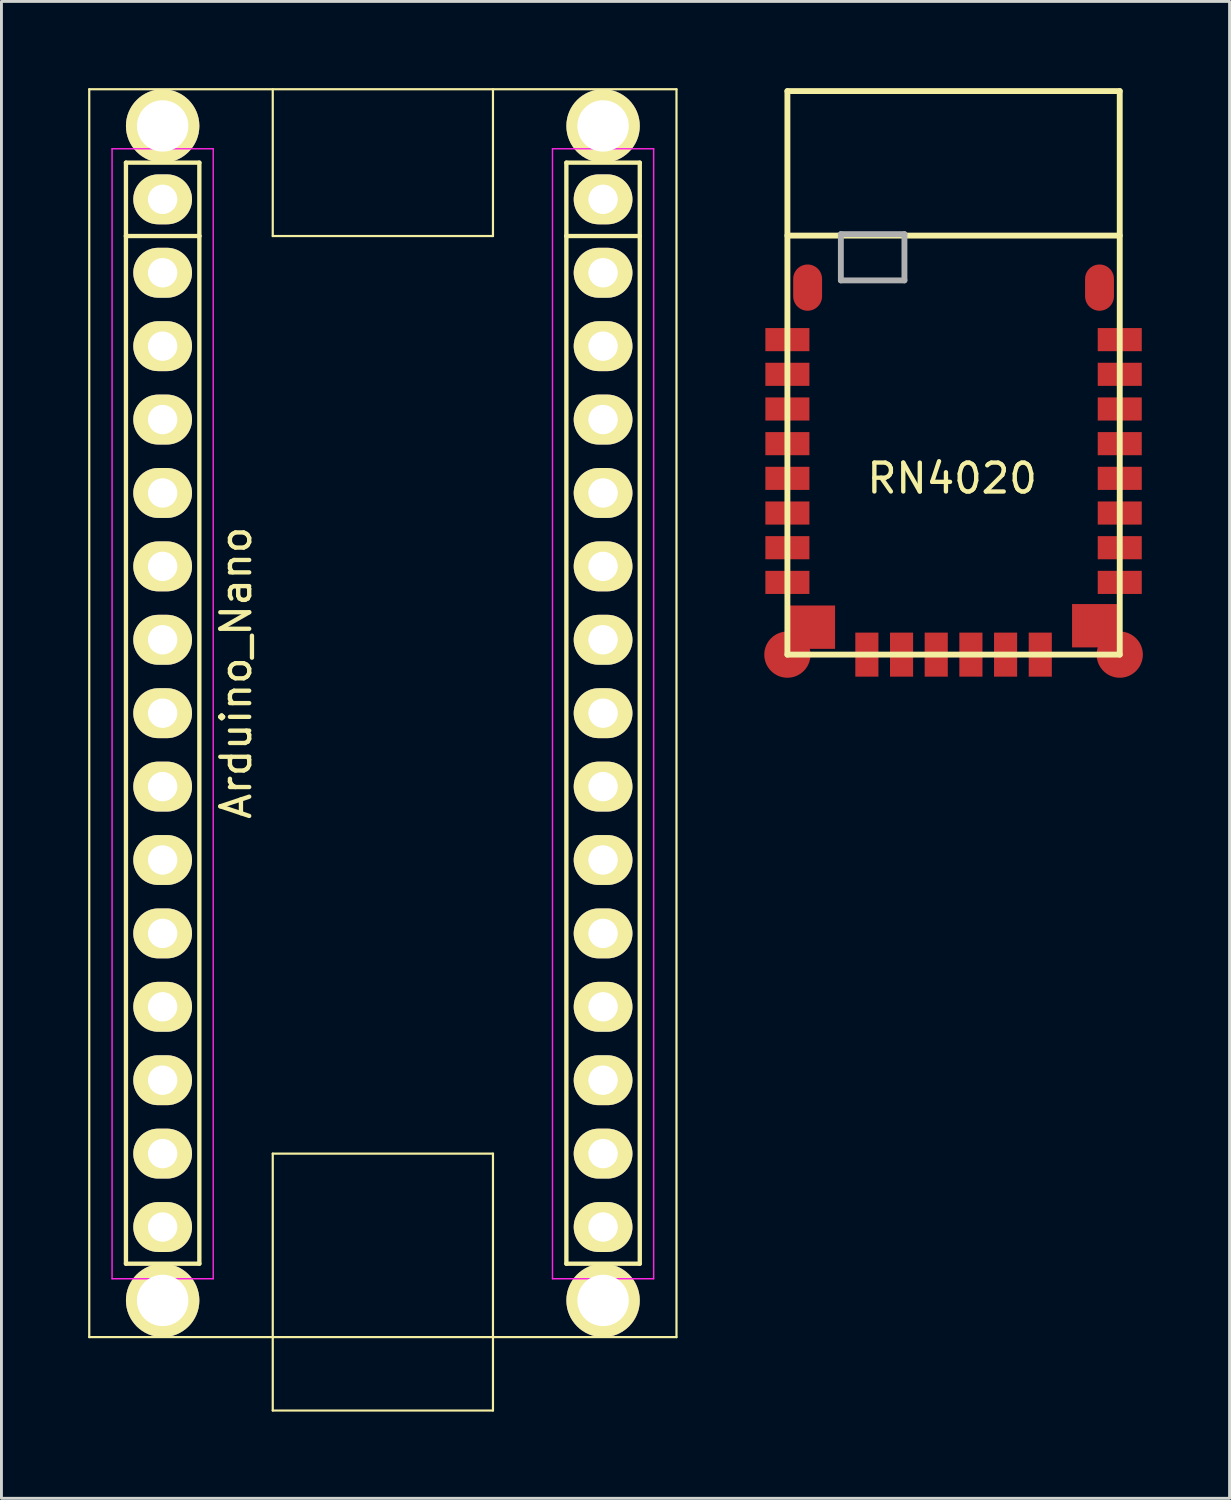
<source format=kicad_pcb>
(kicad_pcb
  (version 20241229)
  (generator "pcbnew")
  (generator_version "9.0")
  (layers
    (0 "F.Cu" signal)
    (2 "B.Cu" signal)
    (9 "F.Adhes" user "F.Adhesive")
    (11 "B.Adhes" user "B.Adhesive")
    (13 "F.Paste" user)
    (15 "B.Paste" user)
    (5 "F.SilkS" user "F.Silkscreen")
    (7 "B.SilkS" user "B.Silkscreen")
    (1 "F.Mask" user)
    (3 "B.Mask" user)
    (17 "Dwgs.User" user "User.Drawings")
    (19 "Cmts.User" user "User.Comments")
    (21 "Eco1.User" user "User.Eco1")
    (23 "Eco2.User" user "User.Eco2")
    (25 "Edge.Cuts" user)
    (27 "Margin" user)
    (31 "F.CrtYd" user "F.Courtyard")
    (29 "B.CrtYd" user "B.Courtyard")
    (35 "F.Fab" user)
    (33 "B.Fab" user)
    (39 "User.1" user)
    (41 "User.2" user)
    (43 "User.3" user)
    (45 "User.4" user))
  (footprint "Arduino_Nano"
    (layer "F.Cu")
    (at 10.198 20.358)
    (property "Reference" "Arduino_Nano" (at -5.08 -0.127 90) (layer "F.SilkS") (effects (font (size 1 1) (thickness 0.15))))
    (attr through_hole)
    (fp_line (start -10.16 -20.32) (end 10.16 -20.32) (stroke (width 0.076) (type solid)) (layer "F.SilkS"))
    (fp_line (start -10.16 22.86) (end -10.16 -20.32) (stroke (width 0.076) (type solid)) (layer "F.SilkS"))
    (fp_line (start -8.89 -17.78) (end -8.89 -15.24) (stroke (width 0.15) (type solid)) (layer "F.SilkS"))
    (fp_line (start -8.89 -15.24) (end -6.35 -15.24) (stroke (width 0.15) (type solid)) (layer "F.SilkS"))
    (fp_line (start -8.89 20.32) (end -8.89 -15.24) (stroke (width 0.15) (type solid)) (layer "F.SilkS"))
    (fp_line (start -6.35 -17.78) (end -8.89 -17.78) (stroke (width 0.15) (type solid)) (layer "F.SilkS"))
    (fp_line (start -6.35 -15.24) (end -6.35 -17.78) (stroke (width 0.15) (type solid)) (layer "F.SilkS"))
    (fp_line (start -6.35 -15.24) (end -6.35 20.32) (stroke (width 0.15) (type solid)) (layer "F.SilkS"))
    (fp_line (start -6.35 20.32) (end -8.89 20.32) (stroke (width 0.15) (type solid)) (layer "F.SilkS"))
    (fp_line (start -3.81 -20.32) (end -3.81 -15.24) (stroke (width 0.076) (type solid)) (layer "F.SilkS"))
    (fp_line (start -3.81 -15.24) (end 3.81 -15.24) (stroke (width 0.076) (type solid)) (layer "F.SilkS"))
    (fp_line (start -3.81 16.51) (end -3.81 25.4) (stroke (width 0.076) (type solid)) (layer "F.SilkS"))
    (fp_line (start -3.81 25.4) (end 3.81 25.4) (stroke (width 0.076) (type solid)) (layer "F.SilkS"))
    (fp_line (start 3.81 -15.24) (end 3.81 -20.32) (stroke (width 0.076) (type solid)) (layer "F.SilkS"))
    (fp_line (start 3.81 16.51) (end -3.81 16.51) (stroke (width 0.076) (type solid)) (layer "F.SilkS"))
    (fp_line (start 3.81 25.4) (end 3.81 16.51) (stroke (width 0.076) (type solid)) (layer "F.SilkS"))
    (fp_line (start 6.35 -17.78) (end 6.35 -15.24) (stroke (width 0.15) (type solid)) (layer "F.SilkS"))
    (fp_line (start 6.35 -15.24) (end 8.89 -15.24) (stroke (width 0.15) (type solid)) (layer "F.SilkS"))
    (fp_line (start 6.35 20.32) (end 6.35 -15.24) (stroke (width 0.15) (type solid)) (layer "F.SilkS"))
    (fp_line (start 8.89 -17.78) (end 6.35 -17.78) (stroke (width 0.15) (type solid)) (layer "F.SilkS"))
    (fp_line (start 8.89 -15.24) (end 8.89 -17.78) (stroke (width 0.15) (type solid)) (layer "F.SilkS"))
    (fp_line (start 8.89 -15.24) (end 8.89 20.32) (stroke (width 0.15) (type solid)) (layer "F.SilkS"))
    (fp_line (start 8.89 20.32) (end 6.35 20.32) (stroke (width 0.15) (type solid)) (layer "F.SilkS"))
    (fp_line (start 10.16 -20.32) (end 10.16 22.86) (stroke (width 0.076) (type solid)) (layer "F.SilkS"))
    (fp_line (start 10.16 22.86) (end -10.16 22.86) (stroke (width 0.076) (type solid)) (layer "F.SilkS"))
    (fp_line (start -9.37 -18.26) (end -9.37 20.84) (stroke (width 0.05) (type solid)) (layer "F.CrtYd"))
    (fp_line (start -5.87 -18.26) (end -9.37 -18.26) (stroke (width 0.05) (type solid)) (layer "F.CrtYd"))
    (fp_line (start -5.87 -18.26) (end -5.87 20.84) (stroke (width 0.05) (type solid)) (layer "F.CrtYd"))
    (fp_line (start -5.87 20.84) (end -9.37 20.84) (stroke (width 0.05) (type solid)) (layer "F.CrtYd"))
    (fp_line (start 5.87 -18.26) (end 5.87 20.84) (stroke (width 0.05) (type solid)) (layer "F.CrtYd"))
    (fp_line (start 9.37 -18.26) (end 5.87 -18.26) (stroke (width 0.05) (type solid)) (layer "F.CrtYd"))
    (fp_line (start 9.37 -18.26) (end 9.37 20.84) (stroke (width 0.05) (type solid)) (layer "F.CrtYd"))
    (fp_line (start 9.37 20.84) (end 5.87 20.84) (stroke (width 0.05) (type solid)) (layer "F.CrtYd"))
    (pad "" np_thru_hole circle (at -7.62 -19.05 270) (size 2.54 2.54) (drill 1.778) (layers "*.Cu" "*.Mask" "F.SilkS"))
    (pad "" np_thru_hole circle (at -7.62 21.59 270) (size 2.54 2.54) (drill 1.778) (layers "*.Cu" "*.Mask" "F.SilkS"))
    (pad "" np_thru_hole circle (at 7.62 -19.05 270) (size 2.54 2.54) (drill 1.778) (layers "*.Cu" "*.Mask" "F.SilkS"))
    (pad "" np_thru_hole circle (at 7.62 21.59 270) (size 2.54 2.54) (drill 1.778) (layers "*.Cu" "*.Mask" "F.SilkS"))
    (pad "1" thru_hole oval (at -7.62 -16.51 270) (size 1.727 2.032) (drill 1.016) (layers "*.Cu" "*.Mask" "F.SilkS"))
    (pad "2" thru_hole oval (at -7.62 -13.97 270) (size 1.727 2.032) (drill 1.016) (layers "*.Cu" "*.Mask" "F.SilkS"))
    (pad "3" thru_hole oval (at -7.62 -11.43 270) (size 1.727 2.032) (drill 1.016) (layers "*.Cu" "*.Mask" "F.SilkS"))
    (pad "4" thru_hole oval (at -7.62 -8.89 270) (size 1.727 2.032) (drill 1.016) (layers "*.Cu" "*.Mask" "F.SilkS"))
    (pad "5" thru_hole oval (at -7.62 -6.35 270) (size 1.727 2.032) (drill 1.016) (layers "*.Cu" "*.Mask" "F.SilkS"))
    (pad "6" thru_hole oval (at -7.62 -3.81 270) (size 1.727 2.032) (drill 1.016) (layers "*.Cu" "*.Mask" "F.SilkS"))
    (pad "7" thru_hole oval (at -7.62 -1.27 270) (size 1.727 2.032) (drill 1.016) (layers "*.Cu" "*.Mask" "F.SilkS"))
    (pad "8" thru_hole oval (at -7.62 1.27 270) (size 1.727 2.032) (drill 1.016) (layers "*.Cu" "*.Mask" "F.SilkS"))
    (pad "9" thru_hole oval (at -7.62 3.81 270) (size 1.727 2.032) (drill 1.016) (layers "*.Cu" "*.Mask" "F.SilkS"))
    (pad "10" thru_hole oval (at -7.62 6.35 270) (size 1.727 2.032) (drill 1.016) (layers "*.Cu" "*.Mask" "F.SilkS"))
    (pad "11" thru_hole oval (at -7.62 8.89 270) (size 1.727 2.032) (drill 1.016) (layers "*.Cu" "*.Mask" "F.SilkS"))
    (pad "12" thru_hole oval (at -7.62 11.43 270) (size 1.727 2.032) (drill 1.016) (layers "*.Cu" "*.Mask" "F.SilkS"))
    (pad "13" thru_hole oval (at -7.62 13.97 270) (size 1.727 2.032) (drill 1.016) (layers "*.Cu" "*.Mask" "F.SilkS"))
    (pad "14" thru_hole oval (at -7.62 16.51 270) (size 1.727 2.032) (drill 1.016) (layers "*.Cu" "*.Mask" "F.SilkS"))
    (pad "15" thru_hole oval (at -7.62 19.05 270) (size 1.727 2.032) (drill 1.016) (layers "*.Cu" "*.Mask" "F.SilkS"))
    (pad "16" thru_hole oval (at 7.62 19.05 270) (size 1.727 2.032) (drill 1.016) (layers "*.Cu" "*.Mask" "F.SilkS"))
    (pad "17" thru_hole oval (at 7.62 16.51 270) (size 1.727 2.032) (drill 1.016) (layers "*.Cu" "*.Mask" "F.SilkS"))
    (pad "18" thru_hole oval (at 7.62 13.97 270) (size 1.727 2.032) (drill 1.016) (layers "*.Cu" "*.Mask" "F.SilkS"))
    (pad "19" thru_hole oval (at 7.62 11.43 270) (size 1.727 2.032) (drill 1.016) (layers "*.Cu" "*.Mask" "F.SilkS"))
    (pad "20" thru_hole oval (at 7.62 8.89 270) (size 1.727 2.032) (drill 1.016) (layers "*.Cu" "*.Mask" "F.SilkS"))
    (pad "21" thru_hole oval (at 7.62 6.35 270) (size 1.727 2.032) (drill 1.016) (layers "*.Cu" "*.Mask" "F.SilkS"))
    (pad "22" thru_hole oval (at 7.62 3.81 270) (size 1.727 2.032) (drill 1.016) (layers "*.Cu" "*.Mask" "F.SilkS"))
    (pad "23" thru_hole oval (at 7.62 1.27 270) (size 1.727 2.032) (drill 1.016) (layers "*.Cu" "*.Mask" "F.SilkS"))
    (pad "24" thru_hole oval (at 7.62 -1.27 270) (size 1.727 2.032) (drill 1.016) (layers "*.Cu" "*.Mask" "F.SilkS"))
    (pad "25" thru_hole oval (at 7.62 -3.81 270) (size 1.727 2.032) (drill 1.016) (layers "*.Cu" "*.Mask" "F.SilkS"))
    (pad "26" thru_hole oval (at 7.62 -6.35 270) (size 1.727 2.032) (drill 1.016) (layers "*.Cu" "*.Mask" "F.SilkS"))
    (pad "27" thru_hole oval (at 7.62 -8.89 270) (size 1.727 2.032) (drill 1.016) (layers "*.Cu" "*.Mask" "F.SilkS"))
    (pad "28" thru_hole oval (at 7.62 -11.43 270) (size 1.727 2.032) (drill 1.016) (layers "*.Cu" "*.Mask" "F.SilkS"))
    (pad "29" thru_hole oval (at 7.62 -13.97 270) (size 1.727 2.032) (drill 1.016) (layers "*.Cu" "*.Mask" "F.SilkS"))
    (pad "30" thru_hole oval (at 7.62 -16.51 270) (size 1.727 2.032) (drill 1.016) (layers "*.Cu" "*.Mask" "F.SilkS")))
  (footprint "RN4020"
    (layer "F.Cu")
    (at 29.896 12.302)
    (property "Reference" "RN4020" (at 0 1.2 0) (layer "F.SilkS") (effects (font (size 1 1) (thickness 0.15))))
    (attr through_hole)
    (fp_line (start -5.7 -12.2) (end 5.8 -12.2) (stroke (width 0.203) (type solid)) (layer "F.SilkS"))
    (fp_line (start -5.7 -7.2) (end 5.8 -7.2) (stroke (width 0.203) (type solid)) (layer "F.SilkS"))
    (fp_line (start -5.7 7.3) (end -5.7 -12.2) (stroke (width 0.203) (type solid)) (layer "F.SilkS"))
    (fp_line (start 5.8 -12.2) (end 5.8 7.3) (stroke (width 0.203) (type solid)) (layer "F.SilkS"))
    (fp_line (start 5.8 7.3) (end -5.7 7.3) (stroke (width 0.203) (type solid)) (layer "F.SilkS"))
    (fp_line (start -3.85 -7.25) (end -3.85 -5.65) (stroke (width 0.203) (type solid)) (layer "F.Fab"))
    (fp_line (start -3.85 -5.65) (end -1.65 -5.65) (stroke (width 0.203) (type solid)) (layer "F.Fab"))
    (fp_line (start -1.65 -7.25) (end -3.85 -7.25) (stroke (width 0.203) (type solid)) (layer "F.Fab"))
    (fp_line (start -1.65 -5.65) (end -1.65 -7.25) (stroke (width 0.203) (type solid)) (layer "F.Fab"))
    (pad "1" smd rect (at -5.7 -3.6) (size 1.524 0.8) (layers "F.Cu" "F.Mask" "F.Paste"))
    (pad "2" smd rect (at -5.7 -2.4) (size 1.524 0.8) (layers "F.Cu" "F.Mask" "F.Paste"))
    (pad "3" smd rect (at -5.7 -1.2) (size 1.524 0.8) (layers "F.Cu" "F.Mask" "F.Paste"))
    (pad "4" smd rect (at -5.7 0) (size 1.524 0.8) (layers "F.Cu" "F.Mask" "F.Paste"))
    (pad "5" smd rect (at -5.7 1.2) (size 1.524 0.8) (layers "F.Cu" "F.Mask" "F.Paste"))
    (pad "6" smd rect (at -5.7 2.4) (size 1.524 0.8) (layers "F.Cu" "F.Mask" "F.Paste"))
    (pad "7" smd rect (at -5.7 3.6) (size 1.524 0.8) (layers "F.Cu" "F.Mask" "F.Paste"))
    (pad "8" smd rect (at -5.7 4.8) (size 1.524 0.8) (layers "F.Cu" "F.Mask" "F.Paste"))
    (pad "9" smd circle (at -5.7 7.3) (size 1.6 1.6) (layers "F.Cu" "F.Mask" "F.Paste"))
    (pad "9" smd rect (at -4.9 6.35) (size 1.7 1.5) (layers "F.Cu" "F.Mask" "F.Paste"))
    (pad "10" smd rect (at -2.95 7.3 90) (size 1.524 0.8) (layers "F.Cu" "F.Mask" "F.Paste"))
    (pad "11" smd rect (at -1.75 7.3 90) (size 1.524 0.8) (layers "F.Cu" "F.Mask" "F.Paste"))
    (pad "12" smd rect (at -0.55 7.3 90) (size 1.524 0.8) (layers "F.Cu" "F.Mask" "F.Paste"))
    (pad "13" smd rect (at 0.65 7.3 90) (size 1.524 0.8) (layers "F.Cu" "F.Mask" "F.Paste"))
    (pad "14" smd rect (at 1.85 7.3 90) (size 1.524 0.8) (layers "F.Cu" "F.Mask" "F.Paste"))
    (pad "15" smd rect (at 3.05 7.3 90) (size 1.524 0.8) (layers "F.Cu" "F.Mask" "F.Paste"))
    (pad "16" smd rect (at 5 6.3) (size 1.7 1.5) (layers "F.Cu" "F.Mask" "F.Paste"))
    (pad "16" smd circle (at 5.8 7.3) (size 1.6 1.6) (layers "F.Cu" "F.Mask" "F.Paste"))
    (pad "17" smd rect (at 5.8 4.8) (size 1.524 0.8) (layers "F.Cu" "F.Mask" "F.Paste"))
    (pad "18" smd rect (at 5.8 3.6) (size 1.524 0.8) (layers "F.Cu" "F.Mask" "F.Paste"))
    (pad "19" smd rect (at 5.8 2.4) (size 1.524 0.8) (layers "F.Cu" "F.Mask" "F.Paste"))
    (pad "20" smd rect (at 5.8 1.2) (size 1.524 0.8) (layers "F.Cu" "F.Mask" "F.Paste"))
    (pad "21" smd rect (at 5.8 0) (size 1.524 0.8) (layers "F.Cu" "F.Mask" "F.Paste"))
    (pad "22" smd rect (at 5.8 -1.2) (size 1.524 0.8) (layers "F.Cu" "F.Mask" "F.Paste"))
    (pad "23" smd rect (at 5.8 -2.4) (size 1.524 0.8) (layers "F.Cu" "F.Mask" "F.Paste"))
    (pad "24" smd rect (at 5.8 -3.6) (size 1.524 0.8) (layers "F.Cu" "F.Mask" "F.Paste"))
    (pad "25" smd oval (at 5.1 -5.4) (size 1 1.6) (layers "F.Cu" "F.Mask" "F.Paste"))
    (pad "26" smd oval (at -5 -5.4) (size 1 1.6) (layers "F.Cu" "F.Mask" "F.Paste")))
  (gr_rect
    (start -3 -3)
    (end 39.496 48.796)
    (stroke (width 0.1) (type default))
    (fill no)
    (layer "Edge.Cuts")))
</source>
